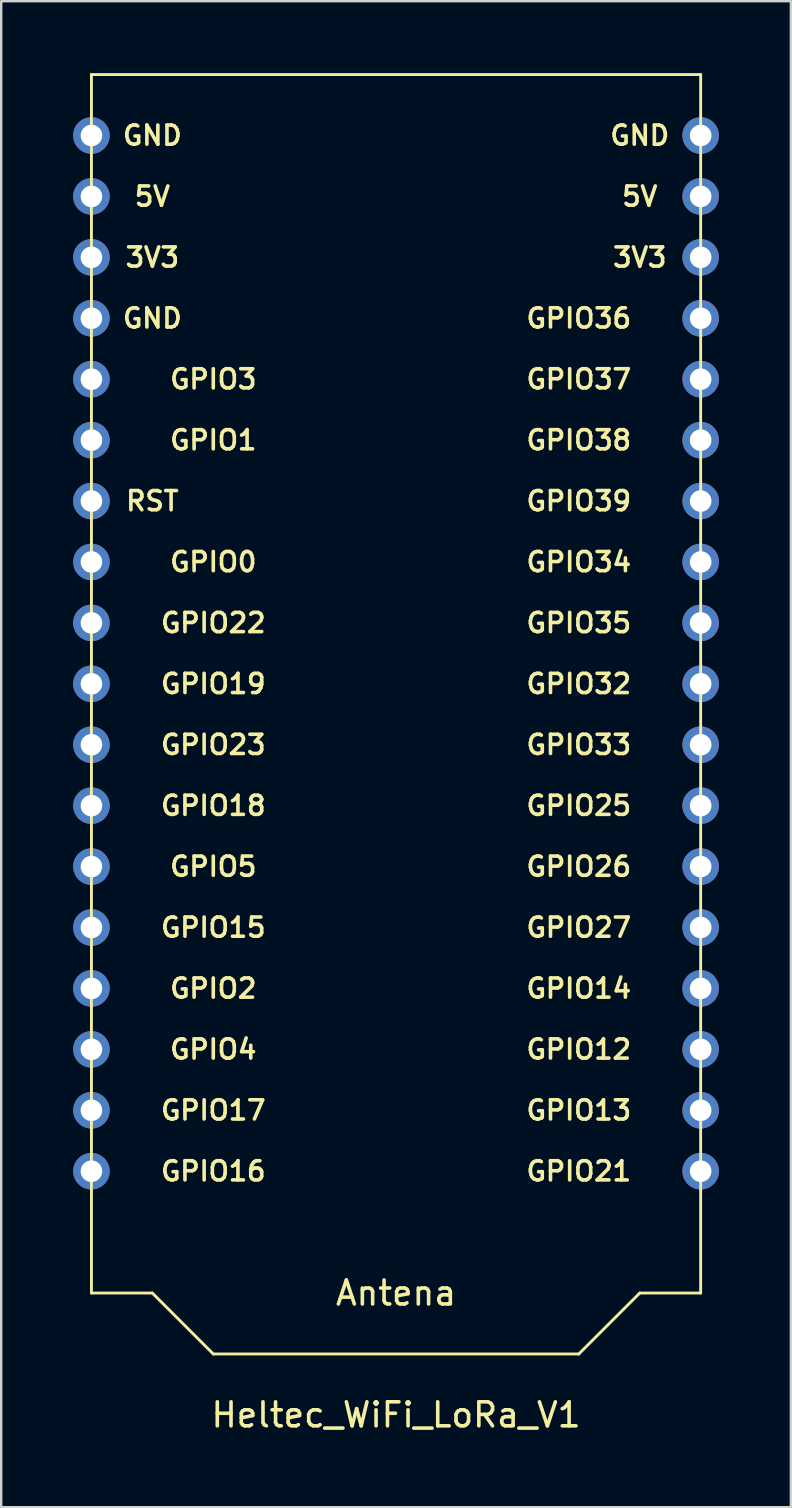
<source format=kicad_pcb>
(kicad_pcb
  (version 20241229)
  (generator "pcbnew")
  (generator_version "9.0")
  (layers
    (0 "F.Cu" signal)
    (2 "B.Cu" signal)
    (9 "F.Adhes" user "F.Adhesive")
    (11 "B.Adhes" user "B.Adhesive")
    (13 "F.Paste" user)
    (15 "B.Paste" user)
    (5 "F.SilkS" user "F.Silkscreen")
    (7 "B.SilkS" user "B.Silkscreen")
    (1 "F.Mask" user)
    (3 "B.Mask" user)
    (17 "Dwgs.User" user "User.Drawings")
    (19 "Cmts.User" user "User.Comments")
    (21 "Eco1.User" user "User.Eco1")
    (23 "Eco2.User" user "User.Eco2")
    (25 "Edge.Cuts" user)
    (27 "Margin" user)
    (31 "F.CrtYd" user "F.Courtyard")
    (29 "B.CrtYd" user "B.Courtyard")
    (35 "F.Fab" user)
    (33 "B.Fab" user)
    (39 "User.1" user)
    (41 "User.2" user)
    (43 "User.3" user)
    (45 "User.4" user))
  (footprint "Heltec_WiFi_LoRa_V1"
    (layer "F.Cu")
    (at 13.462 28)
    (property "Reference" "Heltec_WiFi_LoRa_V1" (at 0 27.94 0) (layer "F.SilkS") (effects (font (size 1 1) (thickness 0.15))))
    (attr through_hole)
    (fp_line (start -12.7 -27.94) (end -12.7 17.78) (stroke (width 0.12) (type solid)) (layer "F.SilkS"))
    (fp_line (start -12.7 -27.94) (end 12.7 -27.94) (stroke (width 0.12) (type solid)) (layer "F.SilkS"))
    (fp_line (start -12.7 17.78) (end -12.7 22.86) (stroke (width 0.12) (type solid)) (layer "F.SilkS"))
    (fp_line (start -12.7 22.86) (end -10.16 22.86) (stroke (width 0.12) (type solid)) (layer "F.SilkS"))
    (fp_line (start -10.16 22.86) (end -7.62 25.4) (stroke (width 0.12) (type solid)) (layer "F.SilkS"))
    (fp_line (start -7.62 25.4) (end 7.62 25.4) (stroke (width 0.12) (type solid)) (layer "F.SilkS"))
    (fp_line (start 7.62 25.4) (end 10.16 22.86) (stroke (width 0.12) (type solid)) (layer "F.SilkS"))
    (fp_line (start 10.16 22.86) (end 12.7 22.86) (stroke (width 0.12) (type solid)) (layer "F.SilkS"))
    (fp_line (start 12.7 17.78) (end 12.7 -27.94) (stroke (width 0.12) (type solid)) (layer "F.SilkS"))
    (fp_line (start 12.7 22.86) (end 12.7 17.78) (stroke (width 0.12) (type solid)) (layer "F.SilkS"))
    (fp_text user "GPIO36" (at 7.62 -17.78 0) (layer "F.SilkS") (effects (font (size 0.8 0.8) (thickness 0.15))))
    (fp_text user "GPIO26" (at 7.62 5.08 0) (layer "F.SilkS") (effects (font (size 0.8 0.8) (thickness 0.15))))
    (fp_text user "GPIO32" (at 7.62 -2.54 0) (layer "F.SilkS") (effects (font (size 0.8 0.8) (thickness 0.15))))
    (fp_text user "GPIO2" (at -7.62 10.16 0) (layer "F.SilkS") (effects (font (size 0.8 0.8) (thickness 0.15))))
    (fp_text user "GPIO25" (at 7.62 2.54 0) (layer "F.SilkS") (effects (font (size 0.8 0.8) (thickness 0.15))))
    (fp_text user "RST" (at -10.16 -10.16 0) (layer "F.SilkS") (effects (font (size 0.8 0.8) (thickness 0.15))))
    (fp_text user "3V3" (at -10.16 -20.32 0) (layer "F.SilkS") (effects (font (size 0.8 0.8) (thickness 0.15))))
    (fp_text user "GPIO15" (at -7.62 7.62 0) (layer "F.SilkS") (effects (font (size 0.8 0.8) (thickness 0.15))))
    (fp_text user "GPIO17" (at -7.62 15.24 0) (layer "F.SilkS") (effects (font (size 0.8 0.8) (thickness 0.15))))
    (fp_text user "GPIO0" (at -7.62 -7.62 0) (layer "F.SilkS") (effects (font (size 0.8 0.8) (thickness 0.15))))
    (fp_text user "Antena" (at 0 22.86 0) (layer "F.SilkS") (effects (font (size 1 1) (thickness 0.15))))
    (fp_text user "GPIO21" (at 7.62 17.78 0) (layer "F.SilkS") (effects (font (size 0.8 0.8) (thickness 0.15))))
    (fp_text user "GPIO35" (at 7.62 -5.08 0) (layer "F.SilkS") (effects (font (size 0.8 0.8) (thickness 0.15))))
    (fp_text user "GND" (at -10.16 -17.78 0) (layer "F.SilkS") (effects (font (size 0.8 0.8) (thickness 0.15))))
    (fp_text user "GPIO1" (at -7.62 -12.7 0) (layer "F.SilkS") (effects (font (size 0.8 0.8) (thickness 0.15))))
    (fp_text user "GPIO5" (at -7.62 5.08 0) (layer "F.SilkS") (effects (font (size 0.8 0.8) (thickness 0.15))))
    (fp_text user "GPIO18" (at -7.62 2.54 0) (layer "F.SilkS") (effects (font (size 0.8 0.8) (thickness 0.15))))
    (fp_text user "GPIO22" (at -7.62 -5.08 0) (layer "F.SilkS") (effects (font (size 0.8 0.8) (thickness 0.15))))
    (fp_text user "GND" (at 10.16 -25.4 0) (layer "F.SilkS") (effects (font (size 0.8 0.8) (thickness 0.15))))
    (fp_text user "5V" (at 10.16 -22.86 0) (layer "F.SilkS") (effects (font (size 0.8 0.8) (thickness 0.15))))
    (fp_text user "GPIO16" (at -7.62 17.78 0) (layer "F.SilkS") (effects (font (size 0.8 0.8) (thickness 0.15))))
    (fp_text user "GPIO34" (at 7.62 -7.62 0) (layer "F.SilkS") (effects (font (size 0.8 0.8) (thickness 0.15))))
    (fp_text user "GPIO23" (at -7.62 0 0) (layer "F.SilkS") (effects (font (size 0.8 0.8) (thickness 0.15))))
    (fp_text user "GND" (at -10.16 -25.4 0) (layer "F.SilkS") (effects (font (size 0.8 0.8) (thickness 0.15))))
    (fp_text user "GPIO39" (at 7.62 -10.16 0) (layer "F.SilkS") (effects (font (size 0.8 0.8) (thickness 0.15))))
    (fp_text user "GPIO12" (at 7.62 12.7 0) (layer "F.SilkS") (effects (font (size 0.8 0.8) (thickness 0.15))))
    (fp_text user "GPIO37" (at 7.62 -15.24 0) (layer "F.SilkS") (effects (font (size 0.8 0.8) (thickness 0.15))))
    (fp_text user "GPIO38" (at 7.62 -12.7 0) (layer "F.SilkS") (effects (font (size 0.8 0.8) (thickness 0.15))))
    (fp_text user "3V3" (at 10.16 -20.32 0) (layer "F.SilkS") (effects (font (size 0.8 0.8) (thickness 0.15))))
    (fp_text user "GPIO14" (at 7.62 10.16 0) (layer "F.SilkS") (effects (font (size 0.8 0.8) (thickness 0.15))))
    (fp_text user "GPIO4" (at -7.62 12.7 0) (layer "F.SilkS") (effects (font (size 0.8 0.8) (thickness 0.15))))
    (fp_text user "GPIO33" (at 7.62 0 0) (layer "F.SilkS") (effects (font (size 0.8 0.8) (thickness 0.15))))
    (fp_text user "5V" (at -10.16 -22.86 0) (layer "F.SilkS") (effects (font (size 0.8 0.8) (thickness 0.15))))
    (fp_text user "GPIO13" (at 7.62 15.24 0) (layer "F.SilkS") (effects (font (size 0.8 0.8) (thickness 0.15))))
    (fp_text user "GPIO3" (at -7.62 -15.24 0) (layer "F.SilkS") (effects (font (size 0.8 0.8) (thickness 0.15))))
    (fp_text user "GPIO19" (at -7.62 -2.54 0) (layer "F.SilkS") (effects (font (size 0.8 0.8) (thickness 0.15))))
    (fp_text user "GPIO27" (at 7.62 7.62 0) (layer "F.SilkS") (effects (font (size 0.8 0.8) (thickness 0.15))))
    (pad "1" thru_hole circle (at -12.7 -25.4) (size 1.524 1.524) (drill 0.9) (layers "*.Cu" "*.Mask"))
    (pad "2" thru_hole circle (at -12.7 -22.86) (size 1.524 1.524) (drill 0.9) (layers "*.Cu" "*.Mask"))
    (pad "3" thru_hole circle (at -12.7 -20.32) (size 1.524 1.524) (drill 0.9) (layers "*.Cu" "*.Mask"))
    (pad "4" thru_hole circle (at -12.7 -17.78) (size 1.524 1.524) (drill 0.9) (layers "*.Cu" "*.Mask"))
    (pad "5" thru_hole circle (at -12.7 -15.24) (size 1.524 1.524) (drill 0.9) (layers "*.Cu" "*.Mask"))
    (pad "6" thru_hole circle (at -12.7 -12.7) (size 1.524 1.524) (drill 0.9) (layers "*.Cu" "*.Mask"))
    (pad "7" thru_hole circle (at -12.7 -10.16) (size 1.524 1.524) (drill 0.9) (layers "*.Cu" "*.Mask"))
    (pad "8" thru_hole circle (at -12.7 -7.62) (size 1.524 1.524) (drill 0.9) (layers "*.Cu" "*.Mask"))
    (pad "9" thru_hole circle (at -12.7 -5.08) (size 1.524 1.524) (drill 0.9) (layers "*.Cu" "*.Mask"))
    (pad "10" thru_hole circle (at -12.7 -2.54) (size 1.524 1.524) (drill 0.9) (layers "*.Cu" "*.Mask"))
    (pad "11" thru_hole circle (at -12.7 0) (size 1.524 1.524) (drill 0.9) (layers "*.Cu" "*.Mask"))
    (pad "12" thru_hole circle (at -12.7 2.54) (size 1.524 1.524) (drill 0.9) (layers "*.Cu" "*.Mask"))
    (pad "13" thru_hole circle (at -12.7 5.08) (size 1.524 1.524) (drill 0.9) (layers "*.Cu" "*.Mask"))
    (pad "14" thru_hole circle (at -12.7 7.62) (size 1.524 1.524) (drill 0.9) (layers "*.Cu" "*.Mask"))
    (pad "15" thru_hole circle (at -12.7 10.16) (size 1.524 1.524) (drill 0.9) (layers "*.Cu" "*.Mask"))
    (pad "16" thru_hole circle (at -12.7 12.7) (size 1.524 1.524) (drill 0.9) (layers "*.Cu" "*.Mask"))
    (pad "17" thru_hole circle (at -12.7 15.24) (size 1.524 1.524) (drill 0.9) (layers "*.Cu" "*.Mask"))
    (pad "18" thru_hole circle (at -12.7 17.78) (size 1.524 1.524) (drill 0.9) (layers "*.Cu" "*.Mask"))
    (pad "19" thru_hole circle (at 12.7 17.78) (size 1.524 1.524) (drill 0.9) (layers "*.Cu" "*.Mask"))
    (pad "20" thru_hole circle (at 12.7 15.24) (size 1.524 1.524) (drill 0.9) (layers "*.Cu" "*.Mask"))
    (pad "21" thru_hole circle (at 12.7 12.7) (size 1.524 1.524) (drill 0.9) (layers "*.Cu" "*.Mask"))
    (pad "22" thru_hole circle (at 12.7 10.16) (size 1.524 1.524) (drill 0.9) (layers "*.Cu" "*.Mask"))
    (pad "23" thru_hole circle (at 12.7 7.62) (size 1.524 1.524) (drill 0.9) (layers "*.Cu" "*.Mask"))
    (pad "24" thru_hole circle (at 12.7 5.08) (size 1.524 1.524) (drill 0.9) (layers "*.Cu" "*.Mask"))
    (pad "25" thru_hole circle (at 12.7 2.54) (size 1.524 1.524) (drill 0.9) (layers "*.Cu" "*.Mask"))
    (pad "26" thru_hole circle (at 12.7 0) (size 1.524 1.524) (drill 0.9) (layers "*.Cu" "*.Mask"))
    (pad "27" thru_hole circle (at 12.7 -2.54) (size 1.524 1.524) (drill 0.9) (layers "*.Cu" "*.Mask"))
    (pad "28" thru_hole circle (at 12.7 -5.08) (size 1.524 1.524) (drill 0.9) (layers "*.Cu" "*.Mask"))
    (pad "29" thru_hole circle (at 12.7 -7.62) (size 1.524 1.524) (drill 0.9) (layers "*.Cu" "*.Mask"))
    (pad "30" thru_hole circle (at 12.7 -10.16) (size 1.524 1.524) (drill 0.9) (layers "*.Cu" "*.Mask"))
    (pad "31" thru_hole circle (at 12.7 -12.7) (size 1.524 1.524) (drill 0.9) (layers "*.Cu" "*.Mask"))
    (pad "32" thru_hole circle (at 12.7 -15.24) (size 1.524 1.524) (drill 0.9) (layers "*.Cu" "*.Mask"))
    (pad "33" thru_hole circle (at 12.7 -17.78) (size 1.524 1.524) (drill 0.9) (layers "*.Cu" "*.Mask"))
    (pad "34" thru_hole circle (at 12.7 -20.32) (size 1.524 1.524) (drill 0.9) (layers "*.Cu" "*.Mask"))
    (pad "35" thru_hole circle (at 12.7 -22.86) (size 1.524 1.524) (drill 0.9) (layers "*.Cu" "*.Mask"))
    (pad "36" thru_hole circle (at 12.7 -25.4) (size 1.524 1.524) (drill 0.9) (layers "*.Cu" "*.Mask")))
  (gr_rect
    (start -3 -3)
    (end 29.924 59.788)
    (stroke (width 0.1) (type default))
    (fill no)
    (layer "Edge.Cuts")))
</source>
